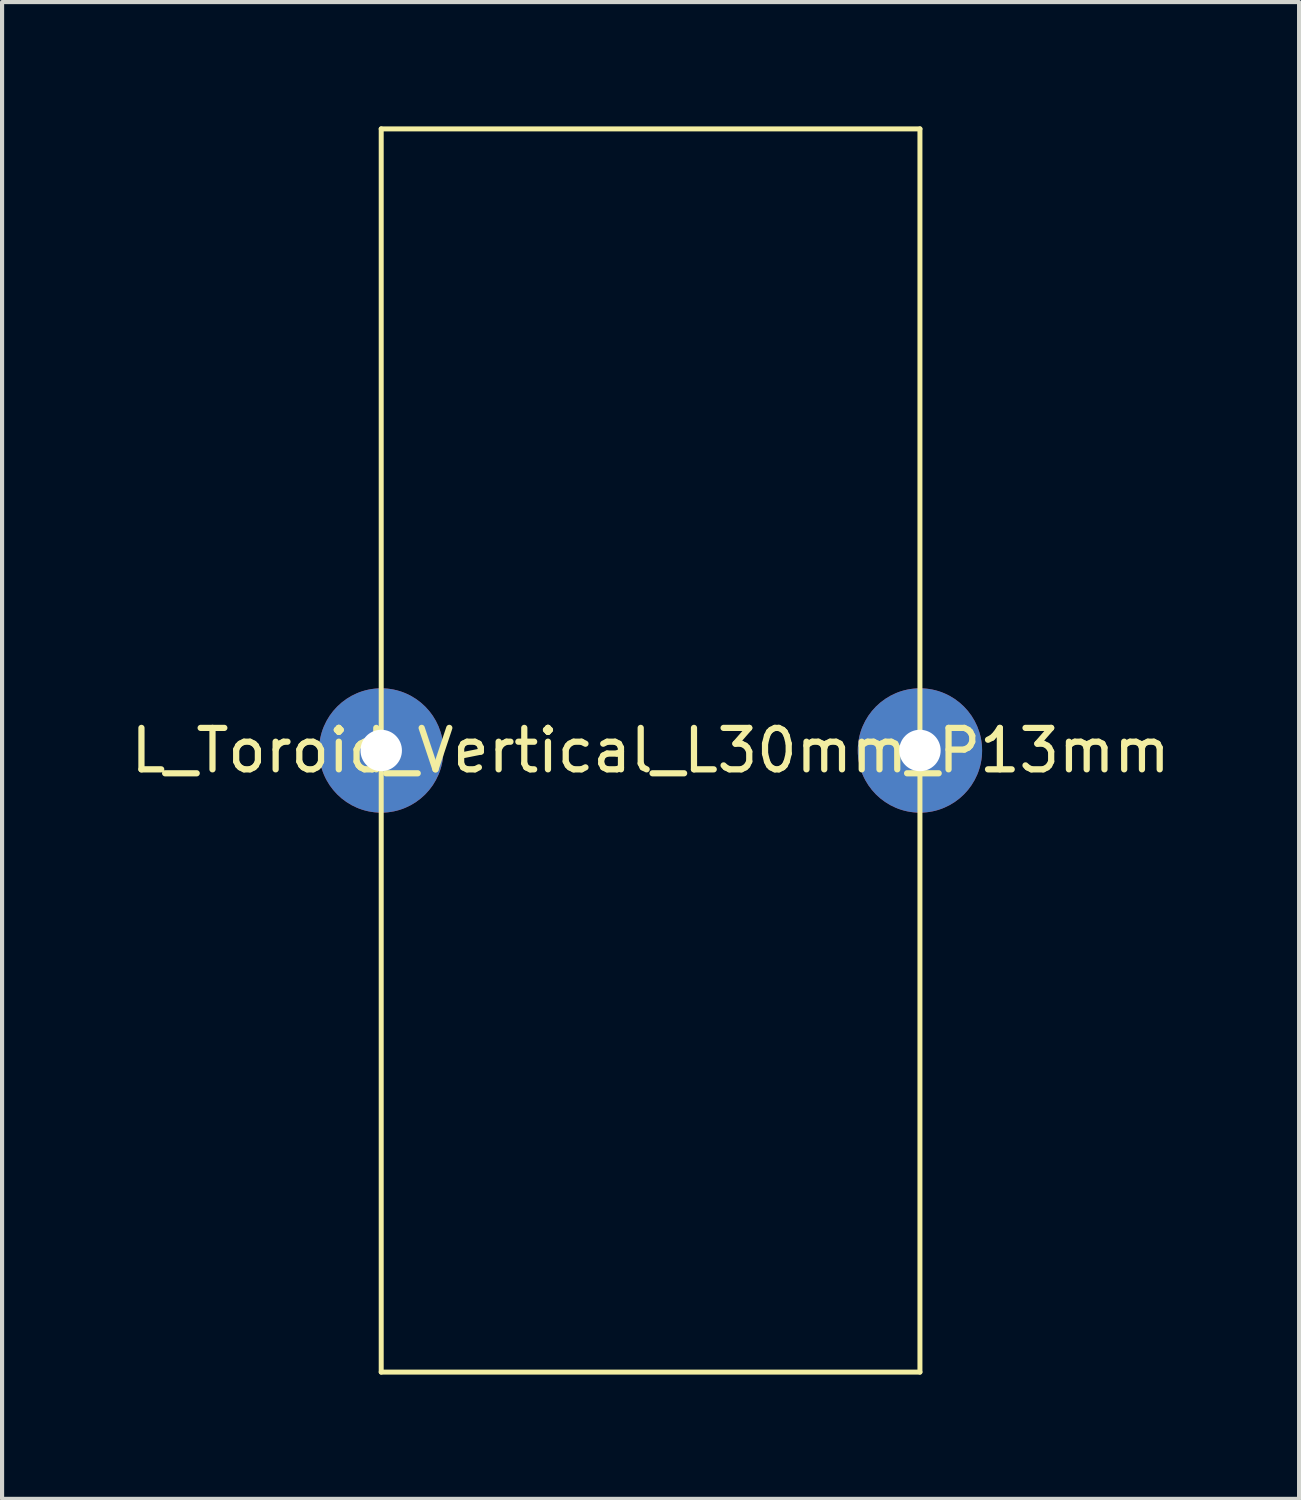
<source format=kicad_pcb>
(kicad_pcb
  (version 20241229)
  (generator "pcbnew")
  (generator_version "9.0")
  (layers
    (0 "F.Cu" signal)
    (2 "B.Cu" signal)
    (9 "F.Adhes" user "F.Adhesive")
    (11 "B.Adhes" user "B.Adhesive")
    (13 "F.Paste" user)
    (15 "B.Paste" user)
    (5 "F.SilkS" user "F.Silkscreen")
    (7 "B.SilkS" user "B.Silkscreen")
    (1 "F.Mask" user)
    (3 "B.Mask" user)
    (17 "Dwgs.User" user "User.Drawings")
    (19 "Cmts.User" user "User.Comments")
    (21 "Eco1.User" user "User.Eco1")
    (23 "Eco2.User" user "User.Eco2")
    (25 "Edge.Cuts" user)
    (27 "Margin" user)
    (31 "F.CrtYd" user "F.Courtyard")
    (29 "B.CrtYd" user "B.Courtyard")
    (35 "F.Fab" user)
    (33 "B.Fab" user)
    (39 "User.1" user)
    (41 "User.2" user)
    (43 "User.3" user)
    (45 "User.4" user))
  (footprint "L_Toroid_Vertical_L30mm_P13mm"
    (layer "F.Cu")
    (at 12.649 15.06)
    (property "Reference" "L_Toroid_Vertical_L30mm_P13mm" (at 0 0 0) (layer "F.SilkS") (effects (font (size 1 1) (thickness 0.15))))
    (attr through_hole)
    (fp_line (start -6.5 -15) (end 6.5 -15) (stroke (width 0.12) (type solid)) (layer "F.SilkS"))
    (fp_line (start -6.5 15) (end -6.5 -15) (stroke (width 0.12) (type solid)) (layer "F.SilkS"))
    (fp_line (start 6.5 -15) (end 6.5 15) (stroke (width 0.12) (type solid)) (layer "F.SilkS"))
    (fp_line (start 6.5 15) (end -6.5 15) (stroke (width 0.12) (type solid)) (layer "F.SilkS"))
    (pad "1" thru_hole circle (at -6.5 0) (size 3 3) (drill 1) (layers "*.Cu" "*.Mask"))
    (pad "2" thru_hole circle (at 6.5 0) (size 3 3) (drill 1) (layers "*.Cu" "*.Mask")))
  (gr_rect
    (start -3 -3)
    (end 28.298 33.12)
    (stroke (width 0.1) (type default))
    (fill no)
    (layer "Edge.Cuts")))
</source>
